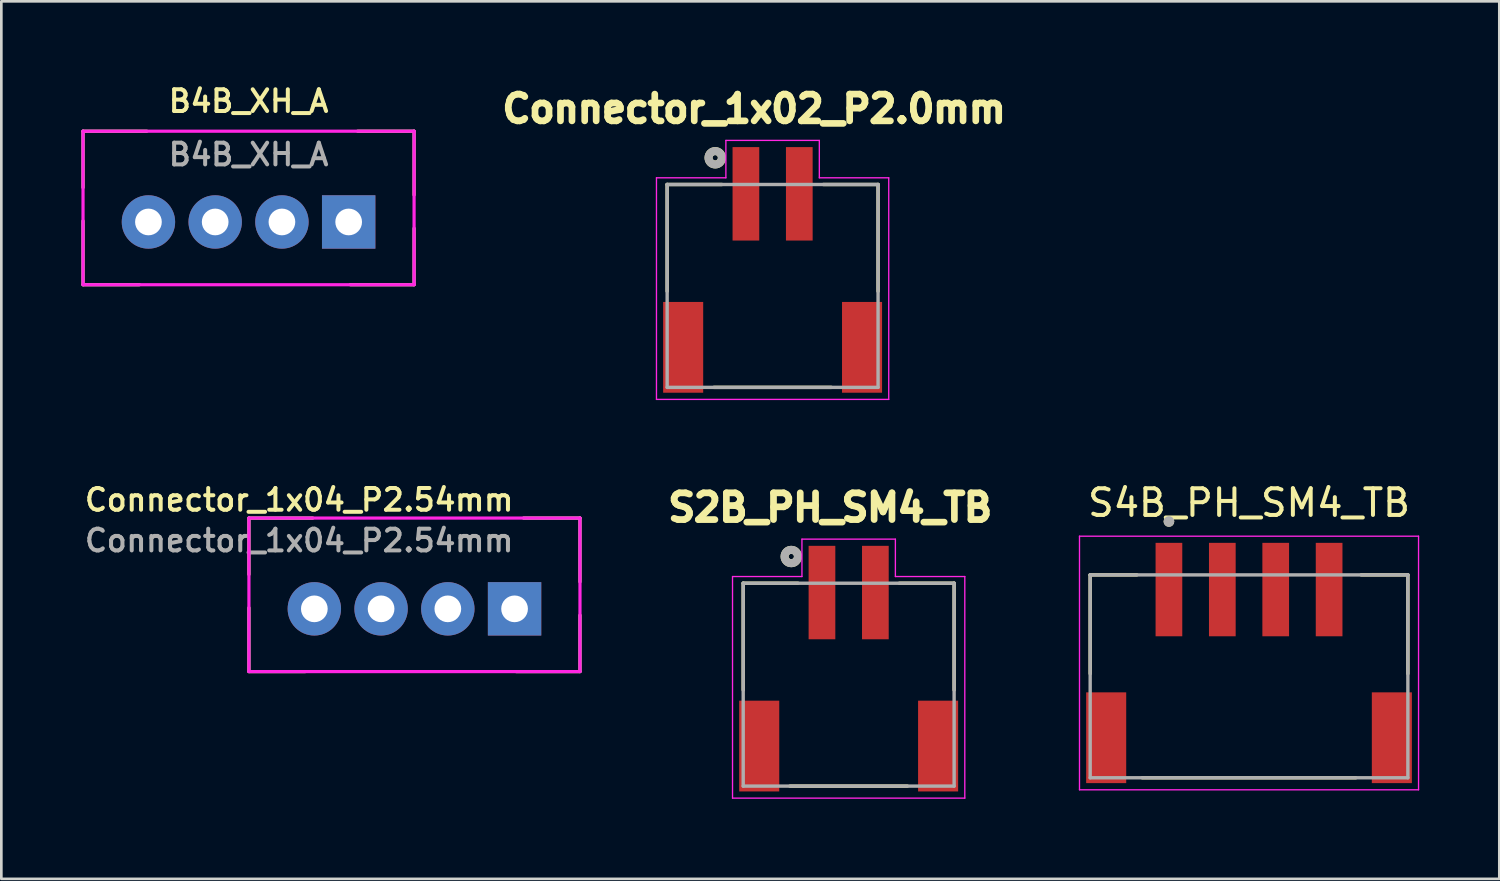
<source format=kicad_pcb>
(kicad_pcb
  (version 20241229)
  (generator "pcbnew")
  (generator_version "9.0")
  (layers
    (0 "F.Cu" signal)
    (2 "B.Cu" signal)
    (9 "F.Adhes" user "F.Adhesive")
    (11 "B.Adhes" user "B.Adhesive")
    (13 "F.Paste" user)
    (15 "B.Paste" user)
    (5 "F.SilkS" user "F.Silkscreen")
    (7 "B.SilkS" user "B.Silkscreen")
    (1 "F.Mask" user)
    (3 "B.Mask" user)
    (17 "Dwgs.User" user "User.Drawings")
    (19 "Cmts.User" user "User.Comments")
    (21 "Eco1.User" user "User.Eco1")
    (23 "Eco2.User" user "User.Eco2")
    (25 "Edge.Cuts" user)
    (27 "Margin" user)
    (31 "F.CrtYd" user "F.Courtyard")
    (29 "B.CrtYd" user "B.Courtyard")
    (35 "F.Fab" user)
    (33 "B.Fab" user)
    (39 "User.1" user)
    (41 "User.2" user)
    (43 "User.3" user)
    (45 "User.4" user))
  (footprint "S2B_PH_SM4_TB"
    (layer "F.Cu")
    (at 28.738 19.145)
    (property "Reference" "S2B_PH_SM4_TB" (at -0.692 -3.184 0) (layer "F.SilkS") (effects (font (size 1.002 1.002) (thickness 0.251))))
    (attr smd)
    (fp_line (start -3.95 -0.35) (end -3.95 3.65) (stroke (width 0.127) (type solid)) (layer "F.SilkS"))
    (fp_line (start -2.2 7.25) (end 2.2 7.25) (stroke (width 0.127) (type solid)) (layer "F.SilkS"))
    (fp_line (start -1.9 -0.35) (end -3.95 -0.35) (stroke (width 0.127) (type solid)) (layer "F.SilkS"))
    (fp_line (start 3.95 -0.35) (end 1.9 -0.35) (stroke (width 0.127) (type solid)) (layer "F.SilkS"))
    (fp_line (start 3.95 3.65) (end 3.95 -0.35) (stroke (width 0.127) (type solid)) (layer "F.SilkS"))
    (fp_circle (center -2.15 -1.35) (end -2.05 -1.35) (stroke (width 0.3) (type solid)) (fill no) (layer "F.SilkS"))
    (fp_line (start -4.35 -0.6) (end -1.75 -0.6) (stroke (width 0.05) (type solid)) (layer "F.CrtYd"))
    (fp_line (start -4.35 7.7) (end -4.35 -0.6) (stroke (width 0.05) (type solid)) (layer "F.CrtYd"))
    (fp_line (start -1.75 -2) (end 1.75 -2) (stroke (width 0.05) (type solid)) (layer "F.CrtYd"))
    (fp_line (start -1.75 -0.6) (end -1.75 -2) (stroke (width 0.05) (type solid)) (layer "F.CrtYd"))
    (fp_line (start 1.75 -2) (end 1.75 -0.6) (stroke (width 0.05) (type solid)) (layer "F.CrtYd"))
    (fp_line (start 1.75 -0.6) (end 4.35 -0.6) (stroke (width 0.05) (type solid)) (layer "F.CrtYd"))
    (fp_line (start 4.35 -0.6) (end 4.35 7.7) (stroke (width 0.05) (type solid)) (layer "F.CrtYd"))
    (fp_line (start 4.35 7.7) (end -4.35 7.7) (stroke (width 0.05) (type solid)) (layer "F.CrtYd"))
    (fp_line (start -3.95 -0.35) (end 3.95 -0.35) (stroke (width 0.127) (type solid)) (layer "F.Fab"))
    (fp_line (start -3.95 7.25) (end -3.95 -0.35) (stroke (width 0.127) (type solid)) (layer "F.Fab"))
    (fp_line (start 3.95 -0.35) (end 3.95 7.25) (stroke (width 0.127) (type solid)) (layer "F.Fab"))
    (fp_line (start 3.95 7.25) (end -3.95 7.25) (stroke (width 0.127) (type solid)) (layer "F.Fab"))
    (fp_circle (center -2.15 -1.35) (end -2.05 -1.35) (stroke (width 0.3) (type solid)) (fill no) (layer "F.Fab"))
    (pad "1" smd rect (at -1 0) (size 1 3.5) (layers "F.Cu" "F.Mask" "F.Paste"))
    (pad "2" smd rect (at 1 0) (size 1 3.5) (layers "F.Cu" "F.Mask" "F.Paste"))
    (pad "S1" smd rect (at -3.35 5.75) (size 1.5 3.4) (layers "F.Cu" "F.Mask" "F.Paste"))
    (pad "S2" smd rect (at 3.35 5.75) (size 1.5 3.4) (layers "F.Cu" "F.Mask" "F.Paste")))
  (footprint "Connector_1x02_P2.0mm"
    (layer "F.Cu")
    (at 25.889 4.21)
    (property "Reference" "Connector_1x02_P2.0mm" (at -0.692 -3.184 0) (layer "F.SilkS") (effects (font (size 1.002 1.002) (thickness 0.251))))
    (attr smd)
    (fp_line (start -3.95 -0.35) (end -3.95 3.65) (stroke (width 0.127) (type solid)) (layer "F.SilkS"))
    (fp_line (start -2.2 7.25) (end 2.2 7.25) (stroke (width 0.127) (type solid)) (layer "F.SilkS"))
    (fp_line (start -1.9 -0.35) (end -3.95 -0.35) (stroke (width 0.127) (type solid)) (layer "F.SilkS"))
    (fp_line (start 3.95 -0.35) (end 1.9 -0.35) (stroke (width 0.127) (type solid)) (layer "F.SilkS"))
    (fp_line (start 3.95 3.65) (end 3.95 -0.35) (stroke (width 0.127) (type solid)) (layer "F.SilkS"))
    (fp_circle (center -2.15 -1.35) (end -2.05 -1.35) (stroke (width 0.3) (type solid)) (fill no) (layer "F.SilkS"))
    (fp_line (start -4.35 -0.6) (end -1.75 -0.6) (stroke (width 0.05) (type solid)) (layer "F.CrtYd"))
    (fp_line (start -4.35 7.7) (end -4.35 -0.6) (stroke (width 0.05) (type solid)) (layer "F.CrtYd"))
    (fp_line (start -1.75 -2) (end 1.75 -2) (stroke (width 0.05) (type solid)) (layer "F.CrtYd"))
    (fp_line (start -1.75 -0.6) (end -1.75 -2) (stroke (width 0.05) (type solid)) (layer "F.CrtYd"))
    (fp_line (start 1.75 -2) (end 1.75 -0.6) (stroke (width 0.05) (type solid)) (layer "F.CrtYd"))
    (fp_line (start 1.75 -0.6) (end 4.35 -0.6) (stroke (width 0.05) (type solid)) (layer "F.CrtYd"))
    (fp_line (start 4.35 -0.6) (end 4.35 7.7) (stroke (width 0.05) (type solid)) (layer "F.CrtYd"))
    (fp_line (start 4.35 7.7) (end -4.35 7.7) (stroke (width 0.05) (type solid)) (layer "F.CrtYd"))
    (fp_line (start -3.95 -0.35) (end 3.95 -0.35) (stroke (width 0.127) (type solid)) (layer "F.Fab"))
    (fp_line (start -3.95 7.25) (end -3.95 -0.35) (stroke (width 0.127) (type solid)) (layer "F.Fab"))
    (fp_line (start 3.95 -0.35) (end 3.95 7.25) (stroke (width 0.127) (type solid)) (layer "F.Fab"))
    (fp_line (start 3.95 7.25) (end -3.95 7.25) (stroke (width 0.127) (type solid)) (layer "F.Fab"))
    (fp_circle (center -2.15 -1.35) (end -2.05 -1.35) (stroke (width 0.3) (type solid)) (fill no) (layer "F.Fab"))
    (pad "1" smd rect (at -1 0) (size 1 3.5) (layers "F.Cu" "F.Mask" "F.Paste"))
    (pad "2" smd rect (at 1 0) (size 1 3.5) (layers "F.Cu" "F.Mask" "F.Paste"))
    (pad "S1" smd rect (at -3.35 5.75) (size 1.5 3.4) (layers "F.Cu" "F.Mask" "F.Paste"))
    (pad "S2" smd rect (at 3.35 5.75) (size 1.5 3.4) (layers "F.Cu" "F.Mask" "F.Paste")))
  (footprint "S4B_PH_SM4_TB"
    (layer "F.Cu")
    (at 43.734 21.783)
    (property "Reference" "S4B_PH_SM4_TB" (at 0 -6 0) (layer "F.SilkS") (effects (font (size 1 1) (thickness 0.15))))
    (attr smd)
    (fp_line (start -5.95 -3.3) (end -4.2 -3.3) (stroke (width 0.127) (type solid)) (layer "F.SilkS"))
    (fp_line (start -5.95 0.4) (end -5.95 -3.3) (stroke (width 0.127) (type solid)) (layer "F.SilkS"))
    (fp_line (start -4 4.3) (end 4 4.3) (stroke (width 0.127) (type solid)) (layer "F.SilkS"))
    (fp_line (start 4.2 -3.3) (end 5.95 -3.3) (stroke (width 0.127) (type solid)) (layer "F.SilkS"))
    (fp_line (start 5.95 -3.3) (end 5.95 0.4) (stroke (width 0.127) (type solid)) (layer "F.SilkS"))
    (fp_circle (center -3 -5.3) (end -2.9 -5.3) (stroke (width 0.2) (type solid)) (fill no) (layer "F.SilkS"))
    (fp_line (start -6.35 -4.75) (end 6.35 -4.75) (stroke (width 0.05) (type solid)) (layer "F.CrtYd"))
    (fp_line (start -6.35 4.75) (end -6.35 -4.75) (stroke (width 0.05) (type solid)) (layer "F.CrtYd"))
    (fp_line (start 6.35 -4.75) (end 6.35 4.75) (stroke (width 0.05) (type solid)) (layer "F.CrtYd"))
    (fp_line (start 6.35 4.75) (end -6.35 4.75) (stroke (width 0.05) (type solid)) (layer "F.CrtYd"))
    (fp_line (start -5.95 -3.3) (end -5.95 4.3) (stroke (width 0.127) (type solid)) (layer "F.Fab"))
    (fp_line (start -5.95 4.3) (end 5.95 4.3) (stroke (width 0.127) (type solid)) (layer "F.Fab"))
    (fp_line (start 5.95 -3.3) (end -5.95 -3.3) (stroke (width 0.127) (type solid)) (layer "F.Fab"))
    (fp_line (start 5.95 4.3) (end 5.95 -3.3) (stroke (width 0.127) (type solid)) (layer "F.Fab"))
    (fp_circle (center -3 -5.3) (end -2.9 -5.3) (stroke (width 0.2) (type solid)) (fill no) (layer "F.Fab"))
    (pad "1" smd rect (at -3 -2.75) (size 1 3.5) (layers "F.Cu" "F.Mask" "F.Paste"))
    (pad "2" smd rect (at -1 -2.75) (size 1 3.5) (layers "F.Cu" "F.Mask" "F.Paste"))
    (pad "3" smd rect (at 1 -2.75) (size 1 3.5) (layers "F.Cu" "F.Mask" "F.Paste"))
    (pad "4" smd rect (at 3 -2.75) (size 1 3.5) (layers "F.Cu" "F.Mask" "F.Paste"))
    (pad "SH1" smd rect (at -5.35 2.8) (size 1.5 3.4) (layers "F.Cu" "F.Mask" "F.Paste"))
    (pad "SH2" smd rect (at 5.35 2.8) (size 1.5 3.4) (layers "F.Cu" "F.Mask" "F.Paste")))
  (footprint "Connector_1x04_P2.54mm"
    (layer "F.Cu")
    (at 12.474 19.23)
    (property "Reference" "Connector_1x04_P2.54mm" (at -4.318 -3.556 0) (layer "F.SilkS") (effects (font (size 0.813 0.813) (thickness 0.15))))
    (attr through_hole)
    (fp_line (start -6.2 -2.875) (end -6.2 -0.762) (stroke (width 0.12) (type solid)) (layer "F.SilkS"))
    (fp_line (start -6.2 -2.875) (end -3.81 -2.875) (stroke (width 0.12) (type solid)) (layer "F.SilkS"))
    (fp_line (start -6.2 2.875) (end -6.2 0.485) (stroke (width 0.12) (type solid)) (layer "F.SilkS"))
    (fp_line (start -6.2 2.875) (end -4.087 2.875) (stroke (width 0.12) (type solid)) (layer "F.SilkS"))
    (fp_line (start 6.2 -2.875) (end 4.087 -2.875) (stroke (width 0.12) (type solid)) (layer "F.SilkS"))
    (fp_line (start 6.2 -2.875) (end 6.2 -0.485) (stroke (width 0.12) (type solid)) (layer "F.SilkS"))
    (fp_line (start 6.2 2.875) (end 3.81 2.875) (stroke (width 0.12) (type solid)) (layer "F.SilkS"))
    (fp_line (start 6.2 2.875) (end 6.2 0.762) (stroke (width 0.12) (type solid)) (layer "F.SilkS"))
    (fp_line (start -6.2 -2.875) (end -6.2 2.875) (stroke (width 0.12) (type solid)) (layer "F.CrtYd"))
    (fp_line (start -6.2 -2.875) (end 6.2 -2.875) (stroke (width 0.12) (type solid)) (layer "F.CrtYd"))
    (fp_line (start -6.2 2.875) (end 6.2 2.875) (stroke (width 0.12) (type solid)) (layer "F.CrtYd"))
    (fp_line (start 6.2 -2.875) (end 6.2 2.875) (stroke (width 0.12) (type solid)) (layer "F.CrtYd"))
    (fp_text user "${REFERENCE}" (at -4.318 -2.032 0) (layer "F.Fab") (effects (font (size 0.813 0.813) (thickness 0.15))))
    (pad "1" thru_hole rect (at 3.75 0.525) (size 2 2) (drill 1) (layers "*.Cu" "*.Mask"))
    (pad "2" thru_hole circle (at 1.25 0.525) (size 2 2) (drill 1) (layers "*.Cu" "*.Mask"))
    (pad "3" thru_hole circle (at -1.25 0.525) (size 2 2) (drill 1) (layers "*.Cu" "*.Mask"))
    (pad "4" thru_hole circle (at -3.75 0.525) (size 2 2) (drill 1) (layers "*.Cu" "*.Mask")))
  (footprint "B4B_XH_A"
    (layer "F.Cu")
    (at 6.26 4.739)
    (property "Reference" "B4B_XH_A" (at 0 -4 0) (layer "F.SilkS") (effects (font (size 0.813 0.813) (thickness 0.15))))
    (attr through_hole)
    (fp_line (start -6.2 -2.875) (end -6.2 -0.762) (stroke (width 0.12) (type solid)) (layer "F.SilkS"))
    (fp_line (start -6.2 -2.875) (end -3.81 -2.875) (stroke (width 0.12) (type solid)) (layer "F.SilkS"))
    (fp_line (start -6.2 2.875) (end -6.2 0.485) (stroke (width 0.12) (type solid)) (layer "F.SilkS"))
    (fp_line (start -6.2 2.875) (end -4.087 2.875) (stroke (width 0.12) (type solid)) (layer "F.SilkS"))
    (fp_line (start 6.2 -2.875) (end 4.087 -2.875) (stroke (width 0.12) (type solid)) (layer "F.SilkS"))
    (fp_line (start 6.2 -2.875) (end 6.2 -0.485) (stroke (width 0.12) (type solid)) (layer "F.SilkS"))
    (fp_line (start 6.2 2.875) (end 3.81 2.875) (stroke (width 0.12) (type solid)) (layer "F.SilkS"))
    (fp_line (start 6.2 2.875) (end 6.2 0.762) (stroke (width 0.12) (type solid)) (layer "F.SilkS"))
    (fp_line (start -6.2 -2.875) (end -6.2 2.875) (stroke (width 0.12) (type solid)) (layer "F.CrtYd"))
    (fp_line (start -6.2 -2.875) (end 6.2 -2.875) (stroke (width 0.12) (type solid)) (layer "F.CrtYd"))
    (fp_line (start -6.2 2.875) (end 6.2 2.875) (stroke (width 0.12) (type solid)) (layer "F.CrtYd"))
    (fp_line (start 6.2 -2.875) (end 6.2 2.875) (stroke (width 0.12) (type solid)) (layer "F.CrtYd"))
    (fp_text user "${REFERENCE}" (at 0 -2 0) (layer "F.Fab") (effects (font (size 0.813 0.813) (thickness 0.15))))
    (pad "1" thru_hole rect (at 3.75 0.525) (size 2 2) (drill 1) (layers "*.Cu" "*.Mask"))
    (pad "2" thru_hole circle (at 1.25 0.525) (size 2 2) (drill 1) (layers "*.Cu" "*.Mask"))
    (pad "3" thru_hole circle (at -1.25 0.525) (size 2 2) (drill 1) (layers "*.Cu" "*.Mask"))
    (pad "4" thru_hole circle (at -3.75 0.525) (size 2 2) (drill 1) (layers "*.Cu" "*.Mask")))
  (gr_rect
    (start -3 -3)
    (end 53.109 29.87)
    (stroke (width 0.1) (type default))
    (fill no)
    (layer "Edge.Cuts")))
</source>
